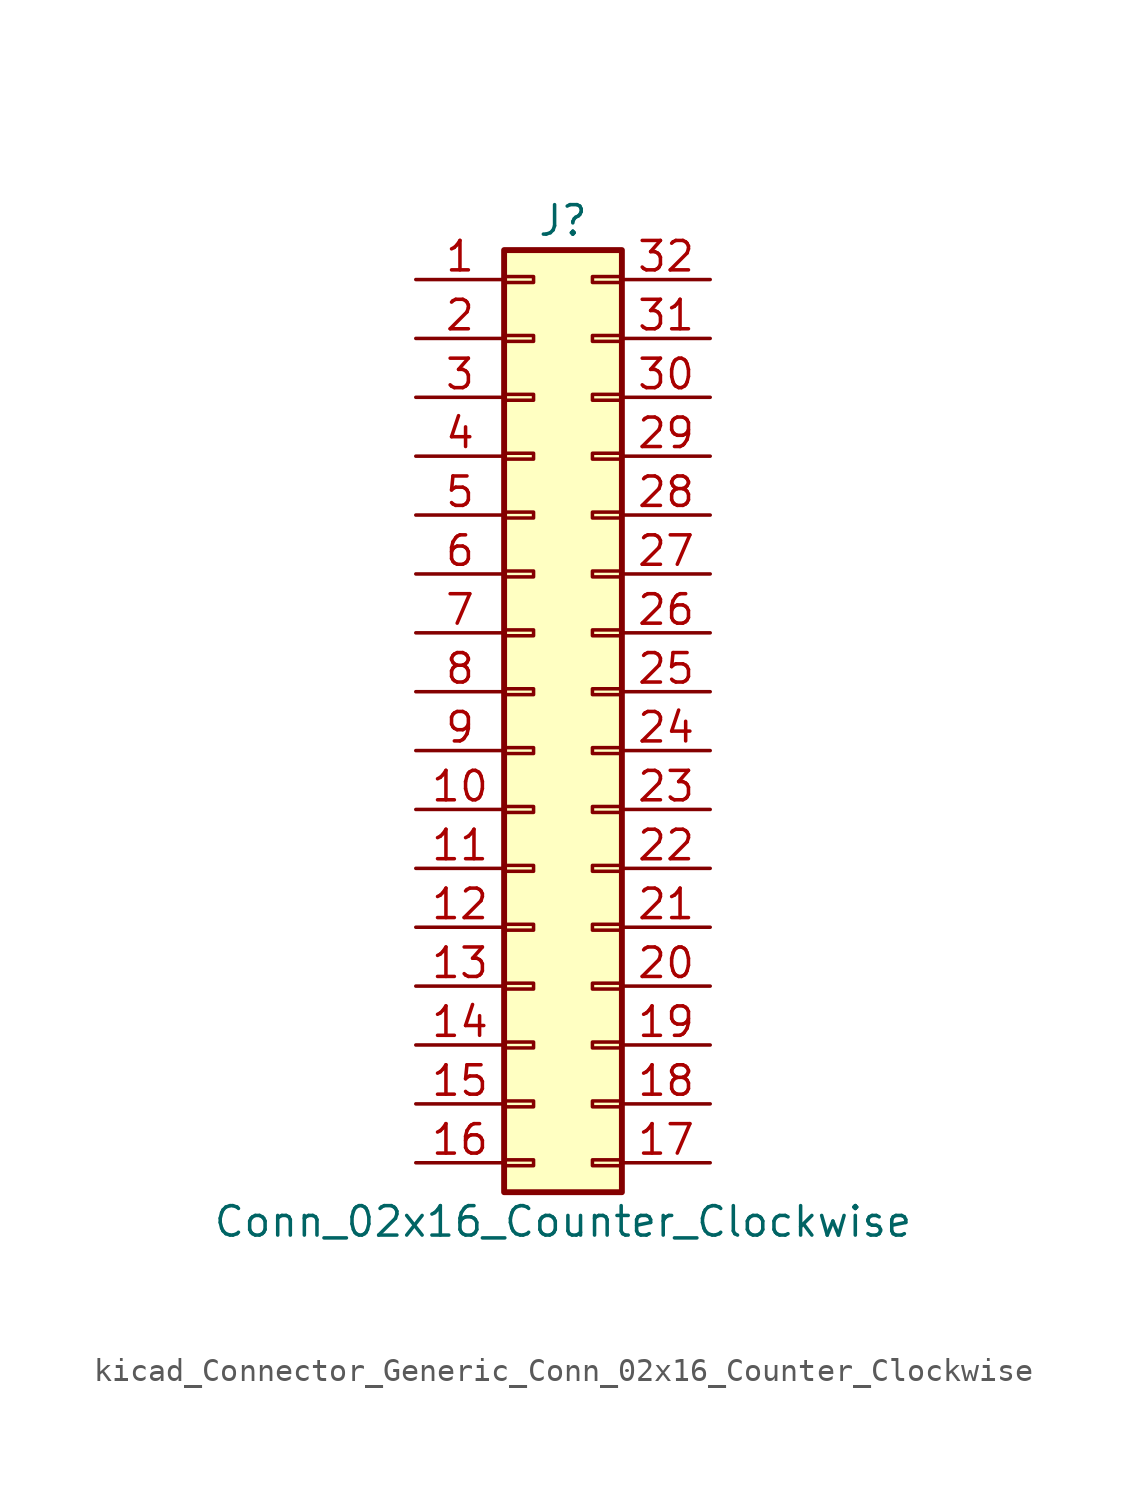
<source format=kicad_sym>
(kicad_symbol_lib
  (version 20220914)
  (generator kicad_symbol_editor)
  (symbol "kicad_Connector_Generic_Conn_02x16_Counter_Clockwise"
    (pin_names
      (offset 1.016) hide)
    (property "Reference" "J"
      (at 1.27 20.32 0)
      (effects (font (size 1.27 1.27))))
    (property "Value" "Conn_02x16_Counter_Clockwise"
      (at 1.27 -22.86 0)
      (effects (font (size 1.27 1.27))))
    (symbol "kicad_Connector_Generic_Conn_02x16_Counter_Clockwise_1_1"
      (rectangle (start -1.27 -20.193) (end 0 -20.447) (stroke (width 0.152) (type default)) (fill (type none)))
      (rectangle (start -1.27 -17.653) (end 0 -17.907) (stroke (width 0.152) (type default)) (fill (type none)))
      (rectangle (start -1.27 -15.113) (end 0 -15.367) (stroke (width 0.152) (type default)) (fill (type none)))
      (rectangle (start -1.27 -12.573) (end 0 -12.827) (stroke (width 0.152) (type default)) (fill (type none)))
      (rectangle (start -1.27 -10.033) (end 0 -10.287) (stroke (width 0.152) (type default)) (fill (type none)))
      (rectangle (start -1.27 -7.493) (end 0 -7.747) (stroke (width 0.152) (type default)) (fill (type none)))
      (rectangle (start -1.27 -4.953) (end 0 -5.207) (stroke (width 0.152) (type default)) (fill (type none)))
      (rectangle (start -1.27 -2.413) (end 0 -2.667) (stroke (width 0.152) (type default)) (fill (type none)))
      (rectangle (start -1.27 0.127) (end 0 -0.127) (stroke (width 0.152) (type default)) (fill (type none)))
      (rectangle (start -1.27 2.667) (end 0 2.413) (stroke (width 0.152) (type default)) (fill (type none)))
      (rectangle (start -1.27 5.207) (end 0 4.953) (stroke (width 0.152) (type default)) (fill (type none)))
      (rectangle (start -1.27 7.747) (end 0 7.493) (stroke (width 0.152) (type default)) (fill (type none)))
      (rectangle (start -1.27 10.287) (end 0 10.033) (stroke (width 0.152) (type default)) (fill (type none)))
      (rectangle (start -1.27 12.827) (end 0 12.573) (stroke (width 0.152) (type default)) (fill (type none)))
      (rectangle (start -1.27 15.367) (end 0 15.113) (stroke (width 0.152) (type default)) (fill (type none)))
      (rectangle (start -1.27 17.907) (end 0 17.653) (stroke (width 0.152) (type default)) (fill (type none)))
      (rectangle (start -1.27 19.05) (end 3.81 -21.59) (stroke (width 0.254) (type default)) (fill (type background)))
      (rectangle (start 3.81 -20.193) (end 2.54 -20.447) (stroke (width 0.152) (type default)) (fill (type none)))
      (rectangle (start 3.81 -17.653) (end 2.54 -17.907) (stroke (width 0.152) (type default)) (fill (type none)))
      (rectangle (start 3.81 -15.113) (end 2.54 -15.367) (stroke (width 0.152) (type default)) (fill (type none)))
      (rectangle (start 3.81 -12.573) (end 2.54 -12.827) (stroke (width 0.152) (type default)) (fill (type none)))
      (rectangle (start 3.81 -10.033) (end 2.54 -10.287) (stroke (width 0.152) (type default)) (fill (type none)))
      (rectangle (start 3.81 -7.493) (end 2.54 -7.747) (stroke (width 0.152) (type default)) (fill (type none)))
      (rectangle (start 3.81 -4.953) (end 2.54 -5.207) (stroke (width 0.152) (type default)) (fill (type none)))
      (rectangle (start 3.81 -2.413) (end 2.54 -2.667) (stroke (width 0.152) (type default)) (fill (type none)))
      (rectangle (start 3.81 0.127) (end 2.54 -0.127) (stroke (width 0.152) (type default)) (fill (type none)))
      (rectangle (start 3.81 2.667) (end 2.54 2.413) (stroke (width 0.152) (type default)) (fill (type none)))
      (rectangle (start 3.81 5.207) (end 2.54 4.953) (stroke (width 0.152) (type default)) (fill (type none)))
      (rectangle (start 3.81 7.747) (end 2.54 7.493) (stroke (width 0.152) (type default)) (fill (type none)))
      (rectangle (start 3.81 10.287) (end 2.54 10.033) (stroke (width 0.152) (type default)) (fill (type none)))
      (rectangle (start 3.81 12.827) (end 2.54 12.573) (stroke (width 0.152) (type default)) (fill (type none)))
      (rectangle (start 3.81 15.367) (end 2.54 15.113) (stroke (width 0.152) (type default)) (fill (type none)))
      (rectangle (start 3.81 17.907) (end 2.54 17.653) (stroke (width 0.152) (type default)) (fill (type none)))
      (pin passive line (at -5.08 17.78 0) (length 3.81) (name "Pin_1" (effects (font (size 1.27 1.27)))) (number "1" (effects (font (size 1.27 1.27)))))
      (pin passive line (at -5.08 -5.08 0) (length 3.81) (name "Pin_10" (effects (font (size 1.27 1.27)))) (number "10" (effects (font (size 1.27 1.27)))))
      (pin passive line (at -5.08 -7.62 0) (length 3.81) (name "Pin_11" (effects (font (size 1.27 1.27)))) (number "11" (effects (font (size 1.27 1.27)))))
      (pin passive line (at -5.08 -10.16 0) (length 3.81) (name "Pin_12" (effects (font (size 1.27 1.27)))) (number "12" (effects (font (size 1.27 1.27)))))
      (pin passive line (at -5.08 -12.7 0) (length 3.81) (name "Pin_13" (effects (font (size 1.27 1.27)))) (number "13" (effects (font (size 1.27 1.27)))))
      (pin passive line (at -5.08 -15.24 0) (length 3.81) (name "Pin_14" (effects (font (size 1.27 1.27)))) (number "14" (effects (font (size 1.27 1.27)))))
      (pin passive line (at -5.08 -17.78 0) (length 3.81) (name "Pin_15" (effects (font (size 1.27 1.27)))) (number "15" (effects (font (size 1.27 1.27)))))
      (pin passive line (at -5.08 -20.32 0) (length 3.81) (name "Pin_16" (effects (font (size 1.27 1.27)))) (number "16" (effects (font (size 1.27 1.27)))))
      (pin passive line (at 7.62 -20.32 180) (length 3.81) (name "Pin_17" (effects (font (size 1.27 1.27)))) (number "17" (effects (font (size 1.27 1.27)))))
      (pin passive line (at 7.62 -17.78 180) (length 3.81) (name "Pin_18" (effects (font (size 1.27 1.27)))) (number "18" (effects (font (size 1.27 1.27)))))
      (pin passive line (at 7.62 -15.24 180) (length 3.81) (name "Pin_19" (effects (font (size 1.27 1.27)))) (number "19" (effects (font (size 1.27 1.27)))))
      (pin passive line (at -5.08 15.24 0) (length 3.81) (name "Pin_2" (effects (font (size 1.27 1.27)))) (number "2" (effects (font (size 1.27 1.27)))))
      (pin passive line (at 7.62 -12.7 180) (length 3.81) (name "Pin_20" (effects (font (size 1.27 1.27)))) (number "20" (effects (font (size 1.27 1.27)))))
      (pin passive line (at 7.62 -10.16 180) (length 3.81) (name "Pin_21" (effects (font (size 1.27 1.27)))) (number "21" (effects (font (size 1.27 1.27)))))
      (pin passive line (at 7.62 -7.62 180) (length 3.81) (name "Pin_22" (effects (font (size 1.27 1.27)))) (number "22" (effects (font (size 1.27 1.27)))))
      (pin passive line (at 7.62 -5.08 180) (length 3.81) (name "Pin_23" (effects (font (size 1.27 1.27)))) (number "23" (effects (font (size 1.27 1.27)))))
      (pin passive line (at 7.62 -2.54 180) (length 3.81) (name "Pin_24" (effects (font (size 1.27 1.27)))) (number "24" (effects (font (size 1.27 1.27)))))
      (pin passive line (at 7.62 0 180) (length 3.81) (name "Pin_25" (effects (font (size 1.27 1.27)))) (number "25" (effects (font (size 1.27 1.27)))))
      (pin passive line (at 7.62 2.54 180) (length 3.81) (name "Pin_26" (effects (font (size 1.27 1.27)))) (number "26" (effects (font (size 1.27 1.27)))))
      (pin passive line (at 7.62 5.08 180) (length 3.81) (name "Pin_27" (effects (font (size 1.27 1.27)))) (number "27" (effects (font (size 1.27 1.27)))))
      (pin passive line (at 7.62 7.62 180) (length 3.81) (name "Pin_28" (effects (font (size 1.27 1.27)))) (number "28" (effects (font (size 1.27 1.27)))))
      (pin passive line (at 7.62 10.16 180) (length 3.81) (name "Pin_29" (effects (font (size 1.27 1.27)))) (number "29" (effects (font (size 1.27 1.27)))))
      (pin passive line (at -5.08 12.7 0) (length 3.81) (name "Pin_3" (effects (font (size 1.27 1.27)))) (number "3" (effects (font (size 1.27 1.27)))))
      (pin passive line (at 7.62 12.7 180) (length 3.81) (name "Pin_30" (effects (font (size 1.27 1.27)))) (number "30" (effects (font (size 1.27 1.27)))))
      (pin passive line (at 7.62 15.24 180) (length 3.81) (name "Pin_31" (effects (font (size 1.27 1.27)))) (number "31" (effects (font (size 1.27 1.27)))))
      (pin passive line (at 7.62 17.78 180) (length 3.81) (name "Pin_32" (effects (font (size 1.27 1.27)))) (number "32" (effects (font (size 1.27 1.27)))))
      (pin passive line (at -5.08 10.16 0) (length 3.81) (name "Pin_4" (effects (font (size 1.27 1.27)))) (number "4" (effects (font (size 1.27 1.27)))))
      (pin passive line (at -5.08 7.62 0) (length 3.81) (name "Pin_5" (effects (font (size 1.27 1.27)))) (number "5" (effects (font (size 1.27 1.27)))))
      (pin passive line (at -5.08 5.08 0) (length 3.81) (name "Pin_6" (effects (font (size 1.27 1.27)))) (number "6" (effects (font (size 1.27 1.27)))))
      (pin passive line (at -5.08 2.54 0) (length 3.81) (name "Pin_7" (effects (font (size 1.27 1.27)))) (number "7" (effects (font (size 1.27 1.27)))))
      (pin passive line (at -5.08 0 0) (length 3.81) (name "Pin_8" (effects (font (size 1.27 1.27)))) (number "8" (effects (font (size 1.27 1.27)))))
      (pin passive line (at -5.08 -2.54 0) (length 3.81) (name "Pin_9" (effects (font (size 1.27 1.27)))) (number "9" (effects (font (size 1.27 1.27))))))))
</source>
